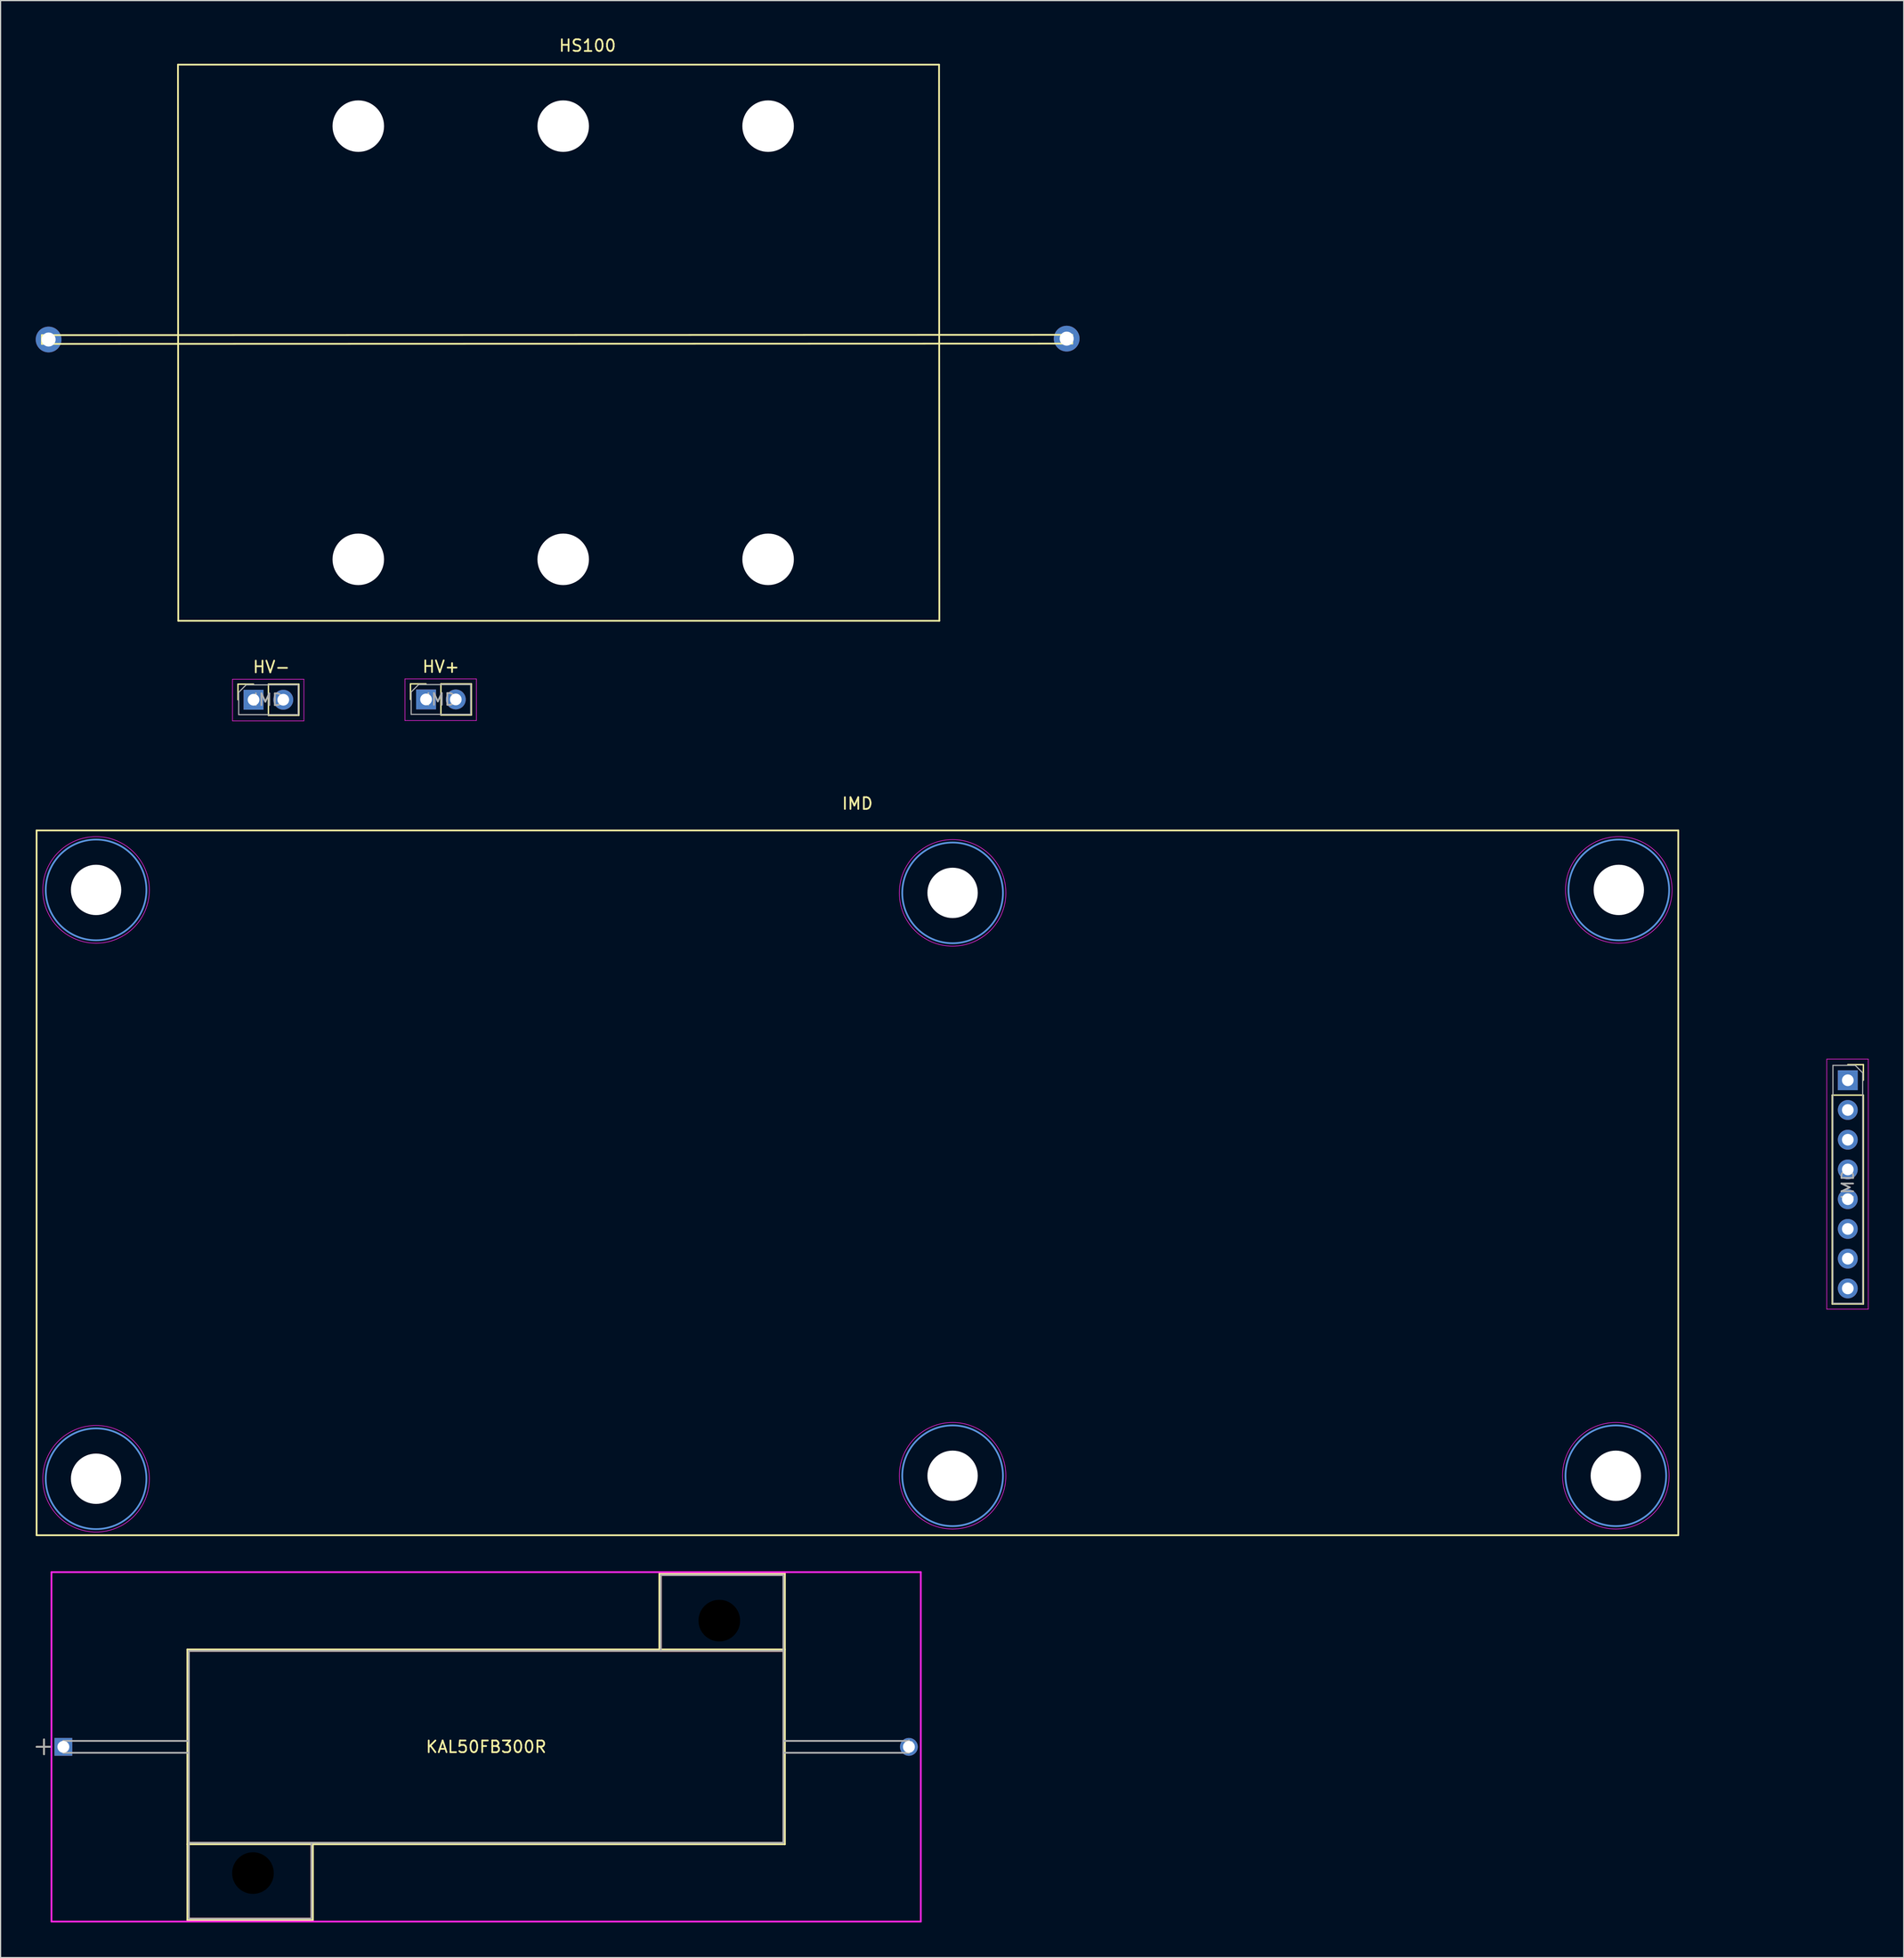
<source format=kicad_pcb>
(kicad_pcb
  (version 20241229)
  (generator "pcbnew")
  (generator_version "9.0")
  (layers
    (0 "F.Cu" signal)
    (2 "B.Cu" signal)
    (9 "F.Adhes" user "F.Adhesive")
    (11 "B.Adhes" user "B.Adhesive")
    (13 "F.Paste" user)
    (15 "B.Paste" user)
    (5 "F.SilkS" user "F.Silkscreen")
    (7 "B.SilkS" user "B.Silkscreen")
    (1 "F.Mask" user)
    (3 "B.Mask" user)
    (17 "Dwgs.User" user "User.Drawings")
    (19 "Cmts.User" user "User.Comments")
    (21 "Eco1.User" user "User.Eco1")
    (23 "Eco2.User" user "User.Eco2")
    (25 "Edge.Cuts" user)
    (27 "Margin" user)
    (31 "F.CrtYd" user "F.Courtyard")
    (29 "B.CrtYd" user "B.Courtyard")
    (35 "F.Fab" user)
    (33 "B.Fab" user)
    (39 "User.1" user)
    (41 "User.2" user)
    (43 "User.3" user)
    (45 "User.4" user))
  (footprint "HS100"
    (layer "F.Cu")
    (at 46.575 26.073)
    (property "Reference" "HS100" (at 0.55 -25.225 0) (layer "F.SilkS") (effects (font (size 1 1) (thickness 0.15))))
    (attr through_hole)
    (fp_line (start -46.05 -0.5) (end 41.95 -0.525) (stroke (width 0.15) (type solid)) (layer "F.SilkS"))
    (fp_line (start -46.05 0.25) (end -46.05 -0.5) (stroke (width 0.15) (type solid)) (layer "F.SilkS"))
    (fp_line (start -46.05 0.25) (end 41.95 0.225) (stroke (width 0.15) (type solid)) (layer "F.SilkS"))
    (fp_line (start -34.4 23.9) (end -34.425 -23.6) (stroke (width 0.15) (type solid)) (layer "F.SilkS"))
    (fp_line (start -34.4 23.9) (end 30.6 23.9) (stroke (width 0.15) (type solid)) (layer "F.SilkS"))
    (fp_line (start 30.575 -23.6) (end -34.425 -23.6) (stroke (width 0.15) (type solid)) (layer "F.SilkS"))
    (fp_line (start 30.575 -23.6) (end 30.6 23.9) (stroke (width 0.15) (type solid)) (layer "F.SilkS"))
    (fp_line (start 41.95 0.225) (end 41.95 -0.525) (stroke (width 0.15) (type solid)) (layer "F.SilkS"))
    (pad "" np_thru_hole circle (at -19.025 -18.35) (size 4.4 4.4) (drill 4.4) (layers "*.Cu" "*.Mask"))
    (pad "" np_thru_hole circle (at -19.025 18.65) (size 4.4 4.4) (drill 4.4) (layers "*.Cu" "*.Mask"))
    (pad "" np_thru_hole circle (at -1.525 -18.35) (size 4.4 4.4) (drill 4.4) (layers "*.Cu" "*.Mask"))
    (pad "" np_thru_hole circle (at -1.525 18.65) (size 4.4 4.4) (drill 4.4) (layers "*.Cu" "*.Mask"))
    (pad "" np_thru_hole circle (at 15.975 -18.35) (size 4.4 4.4) (drill 4.4) (layers "*.Cu" "*.Mask"))
    (pad "" np_thru_hole circle (at 15.975 18.65) (size 4.4 4.4) (drill 4.4) (layers "*.Cu" "*.Mask"))
    (pad "1" thru_hole circle (at 41.475 -0.2) (size 2.2 2.2) (drill 1.2) (layers "*.Cu" "*.Mask"))
    (pad "2" thru_hole circle (at -45.475 -0.125) (size 2.2 2.2) (drill 1.2) (layers "*.Cu" "*.Mask")))
  (footprint "IMD"
    (layer "F.Cu")
    (at 70.179 98.105)
    (property "Reference" "IMD" (at 0 -32.52 0) (layer "F.SilkS") (effects (font (size 1 1) (thickness 0.15))))
    (attr through_hole)
    (fp_line (start -70.104 -30.226) (end 70.104 -30.226) (stroke (width 0.15) (type solid)) (layer "F.SilkS"))
    (fp_line (start -70.104 29.972) (end -70.104 -30.226) (stroke (width 0.15) (type solid)) (layer "F.SilkS"))
    (fp_line (start -52.905 -42.719) (end -51.575 -42.719) (stroke (width 0.12) (type solid)) (layer "F.SilkS"))
    (fp_line (start -52.905 -41.389) (end -52.905 -42.719) (stroke (width 0.12) (type solid)) (layer "F.SilkS"))
    (fp_line (start -50.305 -42.719) (end -47.705 -42.719) (stroke (width 0.12) (type solid)) (layer "F.SilkS"))
    (fp_line (start -50.305 -40.059) (end -50.305 -42.719) (stroke (width 0.12) (type solid)) (layer "F.SilkS"))
    (fp_line (start -50.305 -40.059) (end -47.705 -40.059) (stroke (width 0.12) (type solid)) (layer "F.SilkS"))
    (fp_line (start -47.705 -40.059) (end -47.705 -42.719) (stroke (width 0.12) (type solid)) (layer "F.SilkS"))
    (fp_line (start -38.173 -42.745) (end -36.843 -42.745) (stroke (width 0.12) (type solid)) (layer "F.SilkS"))
    (fp_line (start -38.173 -41.415) (end -38.173 -42.745) (stroke (width 0.12) (type solid)) (layer "F.SilkS"))
    (fp_line (start -35.573 -42.745) (end -32.973 -42.745) (stroke (width 0.12) (type solid)) (layer "F.SilkS"))
    (fp_line (start -35.573 -40.085) (end -35.573 -42.745) (stroke (width 0.12) (type solid)) (layer "F.SilkS"))
    (fp_line (start -35.573 -40.085) (end -32.973 -40.085) (stroke (width 0.12) (type solid)) (layer "F.SilkS"))
    (fp_line (start -32.973 -40.085) (end -32.973 -42.745) (stroke (width 0.12) (type solid)) (layer "F.SilkS"))
    (fp_line (start 70.104 -30.226) (end 70.104 29.972) (stroke (width 0.15) (type solid)) (layer "F.SilkS"))
    (fp_line (start 70.104 29.972) (end -70.104 29.972) (stroke (width 0.15) (type solid)) (layer "F.SilkS"))
    (fp_line (start 83.252 -7.62) (end 83.252 10.22) (stroke (width 0.12) (type solid)) (layer "F.SilkS"))
    (fp_line (start 83.252 -7.62) (end 85.912 -7.62) (stroke (width 0.12) (type solid)) (layer "F.SilkS"))
    (fp_line (start 83.252 10.22) (end 85.912 10.22) (stroke (width 0.12) (type solid)) (layer "F.SilkS"))
    (fp_line (start 84.582 -10.22) (end 85.912 -10.22) (stroke (width 0.12) (type solid)) (layer "F.SilkS"))
    (fp_line (start 85.912 -10.22) (end 85.912 -8.89) (stroke (width 0.12) (type solid)) (layer "F.SilkS"))
    (fp_line (start 85.912 -7.62) (end 85.912 10.22) (stroke (width 0.12) (type solid)) (layer "F.SilkS"))
    (fp_circle (center -65.024 -25.146) (end -60.724 -25.146) (stroke (width 0.15) (type solid)) (fill no) (layer "Cmts.User"))
    (fp_circle (center -65.024 25.146) (end -60.724 25.146) (stroke (width 0.15) (type solid)) (fill no) (layer "Cmts.User"))
    (fp_circle (center 8.128 -24.892) (end 12.428 -24.892) (stroke (width 0.15) (type solid)) (fill no) (layer "Cmts.User"))
    (fp_circle (center 8.128 24.892) (end 12.428 24.892) (stroke (width 0.15) (type solid)) (fill no) (layer "Cmts.User"))
    (fp_circle (center 64.77 24.892) (end 69.07 24.892) (stroke (width 0.15) (type solid)) (fill no) (layer "Cmts.User"))
    (fp_circle (center 65.024 -25.146) (end 69.324 -25.146) (stroke (width 0.15) (type solid)) (fill no) (layer "Cmts.User"))
    (fp_line (start -53.375 -43.139) (end -47.275 -43.139) (stroke (width 0.05) (type solid)) (layer "F.CrtYd"))
    (fp_line (start -53.375 -39.589) (end -53.375 -43.139) (stroke (width 0.05) (type solid)) (layer "F.CrtYd"))
    (fp_line (start -47.275 -43.139) (end -47.275 -39.589) (stroke (width 0.05) (type solid)) (layer "F.CrtYd"))
    (fp_line (start -47.275 -39.589) (end -53.375 -39.589) (stroke (width 0.05) (type solid)) (layer "F.CrtYd"))
    (fp_line (start -38.643 -43.165) (end -32.543 -43.165) (stroke (width 0.05) (type solid)) (layer "F.CrtYd"))
    (fp_line (start -38.643 -39.615) (end -38.643 -43.165) (stroke (width 0.05) (type solid)) (layer "F.CrtYd"))
    (fp_line (start -32.543 -43.165) (end -32.543 -39.615) (stroke (width 0.05) (type solid)) (layer "F.CrtYd"))
    (fp_line (start -32.543 -39.615) (end -38.643 -39.615) (stroke (width 0.05) (type solid)) (layer "F.CrtYd"))
    (fp_line (start 82.782 -10.69) (end 86.332 -10.69) (stroke (width 0.05) (type solid)) (layer "F.CrtYd"))
    (fp_line (start 82.782 10.66) (end 82.782 -10.69) (stroke (width 0.05) (type solid)) (layer "F.CrtYd"))
    (fp_line (start 86.332 -10.69) (end 86.332 10.66) (stroke (width 0.05) (type solid)) (layer "F.CrtYd"))
    (fp_line (start 86.332 10.66) (end 82.782 10.66) (stroke (width 0.05) (type solid)) (layer "F.CrtYd"))
    (fp_circle (center -65.024 -25.146) (end -60.474 -25.146) (stroke (width 0.05) (type solid)) (fill no) (layer "F.CrtYd"))
    (fp_circle (center -65.024 25.146) (end -60.474 25.146) (stroke (width 0.05) (type solid)) (fill no) (layer "F.CrtYd"))
    (fp_circle (center 8.128 -24.892) (end 12.678 -24.892) (stroke (width 0.05) (type solid)) (fill no) (layer "F.CrtYd"))
    (fp_circle (center 8.128 24.892) (end 12.678 24.892) (stroke (width 0.05) (type solid)) (fill no) (layer "F.CrtYd"))
    (fp_circle (center 64.77 24.892) (end 69.32 24.892) (stroke (width 0.05) (type solid)) (fill no) (layer "F.CrtYd"))
    (fp_circle (center 65.024 -25.146) (end 69.574 -25.146) (stroke (width 0.05) (type solid)) (fill no) (layer "F.CrtYd"))
    (fp_line (start -52.845 -42.024) (end -52.21 -42.659) (stroke (width 0.1) (type solid)) (layer "F.Fab"))
    (fp_line (start -52.845 -40.119) (end -52.845 -42.024) (stroke (width 0.1) (type solid)) (layer "F.Fab"))
    (fp_line (start -52.21 -42.659) (end -47.765 -42.659) (stroke (width 0.1) (type solid)) (layer "F.Fab"))
    (fp_line (start -47.765 -42.659) (end -47.765 -40.119) (stroke (width 0.1) (type solid)) (layer "F.Fab"))
    (fp_line (start -47.765 -40.119) (end -52.845 -40.119) (stroke (width 0.1) (type solid)) (layer "F.Fab"))
    (fp_line (start -38.113 -42.05) (end -37.478 -42.685) (stroke (width 0.1) (type solid)) (layer "F.Fab"))
    (fp_line (start -38.113 -40.145) (end -38.113 -42.05) (stroke (width 0.1) (type solid)) (layer "F.Fab"))
    (fp_line (start -37.478 -42.685) (end -33.033 -42.685) (stroke (width 0.1) (type solid)) (layer "F.Fab"))
    (fp_line (start -33.033 -42.685) (end -33.033 -40.145) (stroke (width 0.1) (type solid)) (layer "F.Fab"))
    (fp_line (start -33.033 -40.145) (end -38.113 -40.145) (stroke (width 0.1) (type solid)) (layer "F.Fab"))
    (fp_line (start 83.312 -10.16) (end 85.217 -10.16) (stroke (width 0.1) (type solid)) (layer "F.Fab"))
    (fp_line (start 83.312 10.16) (end 83.312 -10.16) (stroke (width 0.1) (type solid)) (layer "F.Fab"))
    (fp_line (start 85.217 -10.16) (end 85.852 -9.525) (stroke (width 0.1) (type solid)) (layer "F.Fab"))
    (fp_line (start 85.852 -9.525) (end 85.852 10.16) (stroke (width 0.1) (type solid)) (layer "F.Fab"))
    (fp_line (start 85.852 10.16) (end 83.312 10.16) (stroke (width 0.1) (type solid)) (layer "F.Fab"))
    (fp_text user "HV-" (at -50.051 -44.183 0) (layer "F.SilkS") (effects (font (size 1 1) (thickness 0.15))))
    (fp_text user "HV+" (at -35.573 -44.209 0) (layer "F.SilkS") (effects (font (size 1 1) (thickness 0.15))))
    (fp_text user "${REFERENCE}" (at 65.324 -25.146 0) (layer "F.Fab") (effects (font (size 1 1) (thickness 0.15))))
    (fp_text user "${REFERENCE}" (at -64.724 -25.146 0) (layer "F.Fab") (effects (font (size 1 1) (thickness 0.15))))
    (fp_text user "${REFERENCE}" (at 8.428 -24.892 0) (layer "F.Fab") (effects (font (size 1 1) (thickness 0.15))))
    (fp_text user "${REFERENCE}" (at -64.724 25.146 0) (layer "F.Fab") (effects (font (size 1 1) (thickness 0.15))))
    (fp_text user "${REFERENCE}" (at 8.428 24.892 0) (layer "F.Fab") (effects (font (size 1 1) (thickness 0.15))))
    (fp_text user "${REFERENCE}" (at -50.305 -41.389 180) (layer "F.Fab") (effects (font (size 1 1) (thickness 0.15))))
    (fp_text user "${REFERENCE}" (at 84.582 0 90) (layer "F.Fab") (effects (font (size 1 1) (thickness 0.15))))
    (fp_text user "${REFERENCE}" (at 65.07 24.892 0) (layer "F.Fab") (effects (font (size 1 1) (thickness 0.15))))
    (fp_text user "${REFERENCE}" (at -35.573 -41.415 180) (layer "F.Fab") (effects (font (size 1 1) (thickness 0.15))))
    (pad "" np_thru_hole circle (at -65.024 -25.146) (size 4.3 4.3) (drill 4.3) (layers "*.Cu" "*.Mask"))
    (pad "" np_thru_hole circle (at -65.024 25.146) (size 4.3 4.3) (drill 4.3) (layers "*.Cu" "*.Mask"))
    (pad "" thru_hole oval (at -49.035 -41.389 90) (size 1.7 1.7) (drill 1) (layers "*.Cu" "*.Mask"))
    (pad "" thru_hole oval (at -34.303 -41.415 90) (size 1.7 1.7) (drill 1) (layers "*.Cu" "*.Mask"))
    (pad "" np_thru_hole circle (at 8.128 -24.892) (size 4.3 4.3) (drill 4.3) (layers "*.Cu" "*.Mask"))
    (pad "" np_thru_hole circle (at 8.128 24.892) (size 4.3 4.3) (drill 4.3) (layers "*.Cu" "*.Mask"))
    (pad "" np_thru_hole circle (at 64.77 24.892) (size 4.3 4.3) (drill 4.3) (layers "*.Cu" "*.Mask"))
    (pad "" np_thru_hole circle (at 65.024 -25.146) (size 4.3 4.3) (drill 4.3) (layers "*.Cu" "*.Mask"))
    (pad "1" thru_hole rect (at 84.582 -8.89) (size 1.7 1.7) (drill 1) (layers "*.Cu" "*.Mask"))
    (pad "2" thru_hole oval (at 84.582 -6.35) (size 1.7 1.7) (drill 1) (layers "*.Cu" "*.Mask"))
    (pad "3" thru_hole oval (at 84.582 -3.81) (size 1.7 1.7) (drill 1) (layers "*.Cu" "*.Mask"))
    (pad "4" thru_hole oval (at 84.582 -1.27) (size 1.7 1.7) (drill 1) (layers "*.Cu" "*.Mask"))
    (pad "5" thru_hole oval (at 84.582 1.27) (size 1.7 1.7) (drill 1) (layers "*.Cu" "*.Mask"))
    (pad "6" thru_hole oval (at 84.582 3.81) (size 1.7 1.7) (drill 1) (layers "*.Cu" "*.Mask"))
    (pad "7" thru_hole oval (at 84.582 6.35) (size 1.7 1.7) (drill 1) (layers "*.Cu" "*.Mask"))
    (pad "8" thru_hole oval (at 84.582 8.89) (size 1.7 1.7) (drill 1) (layers "*.Cu" "*.Mask"))
    (pad "9" thru_hole rect (at -51.575 -41.389 90) (size 1.7 1.7) (drill 1) (layers "*.Cu" "*.Mask"))
    (pad "10" thru_hole rect (at -36.843 -41.415 90) (size 1.7 1.7) (drill 1) (layers "*.Cu" "*.Mask")))
  (footprint "KAL50FB300R"
    (layer "F.Cu")
    (at 74.574 146.151)
    (property "Reference" "KAL50FB300R" (at -36.106 0 0) (layer "F.SilkS") (effects (font (size 1 1) (thickness 0.15))))
    (attr through_hole)
    (fp_line (start -61.493 -8.191) (end -10.719 -8.191) (stroke (width 0.152) (type solid)) (layer "F.Cu"))
    (fp_line (start -61.493 8.191) (end -61.493 -8.191) (stroke (width 0.152) (type solid)) (layer "F.Cu"))
    (fp_line (start -61.493 8.191) (end -61.493 14.668) (stroke (width 0.152) (type solid)) (layer "F.Cu"))
    (fp_line (start -61.493 14.668) (end -51.029 14.668) (stroke (width 0.152) (type solid)) (layer "F.Cu"))
    (fp_line (start -51.029 8.191) (end -61.493 8.191) (stroke (width 0.152) (type solid)) (layer "F.Cu"))
    (fp_line (start -51.029 14.668) (end -51.029 8.191) (stroke (width 0.152) (type solid)) (layer "F.Cu"))
    (fp_line (start -21.184 -14.668) (end -21.184 -8.191) (stroke (width 0.152) (type solid)) (layer "F.Cu"))
    (fp_line (start -21.184 -8.191) (end -10.719 -8.191) (stroke (width 0.152) (type solid)) (layer "F.Cu"))
    (fp_line (start -10.719 -14.668) (end -21.184 -14.668) (stroke (width 0.152) (type solid)) (layer "F.Cu"))
    (fp_line (start -10.719 -8.191) (end -10.719 -14.668) (stroke (width 0.152) (type solid)) (layer "F.Cu"))
    (fp_line (start -10.719 -8.191) (end -10.719 8.191) (stroke (width 0.152) (type solid)) (layer "F.Cu"))
    (fp_line (start -10.719 8.191) (end -61.493 8.191) (stroke (width 0.152) (type solid)) (layer "F.Cu"))
    (fp_line (start -74.498 0) (end -73.307 0) (stroke (width 0.152) (type solid)) (layer "F.SilkS"))
    (fp_line (start -73.863 -0.635) (end -73.863 0.635) (stroke (width 0.152) (type solid)) (layer "F.SilkS"))
    (fp_line (start -61.62 -8.319) (end -61.62 8.319) (stroke (width 0.152) (type solid)) (layer "F.SilkS"))
    (fp_line (start -61.62 8.319) (end -61.62 14.796) (stroke (width 0.152) (type solid)) (layer "F.SilkS"))
    (fp_line (start -61.62 8.319) (end -10.592 8.319) (stroke (width 0.152) (type solid)) (layer "F.SilkS"))
    (fp_line (start -61.62 14.796) (end -50.902 14.796) (stroke (width 0.152) (type solid)) (layer "F.SilkS"))
    (fp_line (start -50.902 14.796) (end -50.902 8.319) (stroke (width 0.152) (type solid)) (layer "F.SilkS"))
    (fp_line (start -21.311 -14.796) (end -21.311 -8.319) (stroke (width 0.152) (type solid)) (layer "F.SilkS"))
    (fp_line (start -10.592 -14.796) (end -21.311 -14.796) (stroke (width 0.152) (type solid)) (layer "F.SilkS"))
    (fp_line (start -10.592 -8.319) (end -61.62 -8.319) (stroke (width 0.152) (type solid)) (layer "F.SilkS"))
    (fp_line (start -10.592 -8.319) (end -10.592 -14.796) (stroke (width 0.152) (type solid)) (layer "F.SilkS"))
    (fp_line (start -10.592 8.319) (end -10.592 -8.319) (stroke (width 0.152) (type solid)) (layer "F.SilkS"))
    (fp_line (start -73.228 -14.922) (end 1.016 -14.922) (stroke (width 0.152) (type solid)) (layer "F.CrtYd"))
    (fp_line (start -73.228 14.922) (end -73.228 -14.922) (stroke (width 0.152) (type solid)) (layer "F.CrtYd"))
    (fp_line (start 1.016 -14.922) (end 1.016 14.922) (stroke (width 0.152) (type solid)) (layer "F.CrtYd"))
    (fp_line (start 1.016 14.922) (end -73.228 14.922) (stroke (width 0.152) (type solid)) (layer "F.CrtYd"))
    (fp_line (start -74.498 0) (end -73.228 0) (stroke (width 0.152) (type solid)) (layer "F.Fab"))
    (fp_line (start -73.863 -0.635) (end -73.863 0.635) (stroke (width 0.152) (type solid)) (layer "F.Fab"))
    (fp_line (start -72.212 -0.508) (end -72.212 0.508) (stroke (width 0.152) (type solid)) (layer "F.Fab"))
    (fp_line (start -72.212 0.508) (end -61.493 0.508) (stroke (width 0.152) (type solid)) (layer "F.Fab"))
    (fp_line (start -61.493 -8.191) (end -61.493 8.191) (stroke (width 0.152) (type solid)) (layer "F.Fab"))
    (fp_line (start -61.493 -0.508) (end -72.212 -0.508) (stroke (width 0.152) (type solid)) (layer "F.Fab"))
    (fp_line (start -61.493 8.191) (end -61.493 14.668) (stroke (width 0.152) (type solid)) (layer "F.Fab"))
    (fp_line (start -61.493 8.191) (end -10.719 8.191) (stroke (width 0.152) (type solid)) (layer "F.Fab"))
    (fp_line (start -61.493 14.668) (end -51.029 14.668) (stroke (width 0.152) (type solid)) (layer "F.Fab"))
    (fp_line (start -51.029 14.668) (end -51.029 8.191) (stroke (width 0.152) (type solid)) (layer "F.Fab"))
    (fp_line (start -21.184 -14.668) (end -21.184 -8.191) (stroke (width 0.152) (type solid)) (layer "F.Fab"))
    (fp_line (start -10.719 -14.668) (end -21.184 -14.668) (stroke (width 0.152) (type solid)) (layer "F.Fab"))
    (fp_line (start -10.719 -8.191) (end -61.493 -8.191) (stroke (width 0.152) (type solid)) (layer "F.Fab"))
    (fp_line (start -10.719 -8.191) (end -10.719 -14.668) (stroke (width 0.152) (type solid)) (layer "F.Fab"))
    (fp_line (start -10.719 -0.508) (end 0 -0.508) (stroke (width 0.152) (type solid)) (layer "F.Fab"))
    (fp_line (start -10.719 8.191) (end -10.719 -8.191) (stroke (width 0.152) (type solid)) (layer "F.Fab"))
    (fp_line (start 0 -0.508) (end 0 0.508) (stroke (width 0.152) (type solid)) (layer "F.Fab"))
    (fp_line (start 0 0.508) (end -10.719 0.508) (stroke (width 0.152) (type solid)) (layer "F.Fab"))
    (fp_text user "*" (at 0 0 0) (layer "F.SilkS") (effects (font (size 1 1) (thickness 0.15))))
    (fp_text user "Copyright 2016 Accelerated Designs. All rights reserved." (at 0 0 0) (layer "Cmts.User") (effects (font (size 0.127 0.127) (thickness 0.002))))
    (fp_text user "*" (at 0 0 0) (layer "F.Fab") (effects (font (size 1 1) (thickness 0.15))))
    (pad "" np_thru_hole circle (at -56.02 10.782) (size 4.064 4.064) (drill 3.556) (layers))
    (pad "" np_thru_hole circle (at -16.192 -10.782) (size 4.064 4.064) (drill 3.556) (layers))
    (pad "1" thru_hole rect (at -72.212 0) (size 1.524 1.524) (drill 1.016) (layers "*.Cu" "*.Mask"))
    (pad "2" thru_hole circle (at 0 0) (size 1.524 1.524) (drill 1.016) (layers "*.Cu" "*.Mask")))
  (gr_rect
    (start -3 -3)
    (end 159.536 164.15)
    (stroke (width 0.1) (type default))
    (fill no)
    (layer "Edge.Cuts")))
</source>
